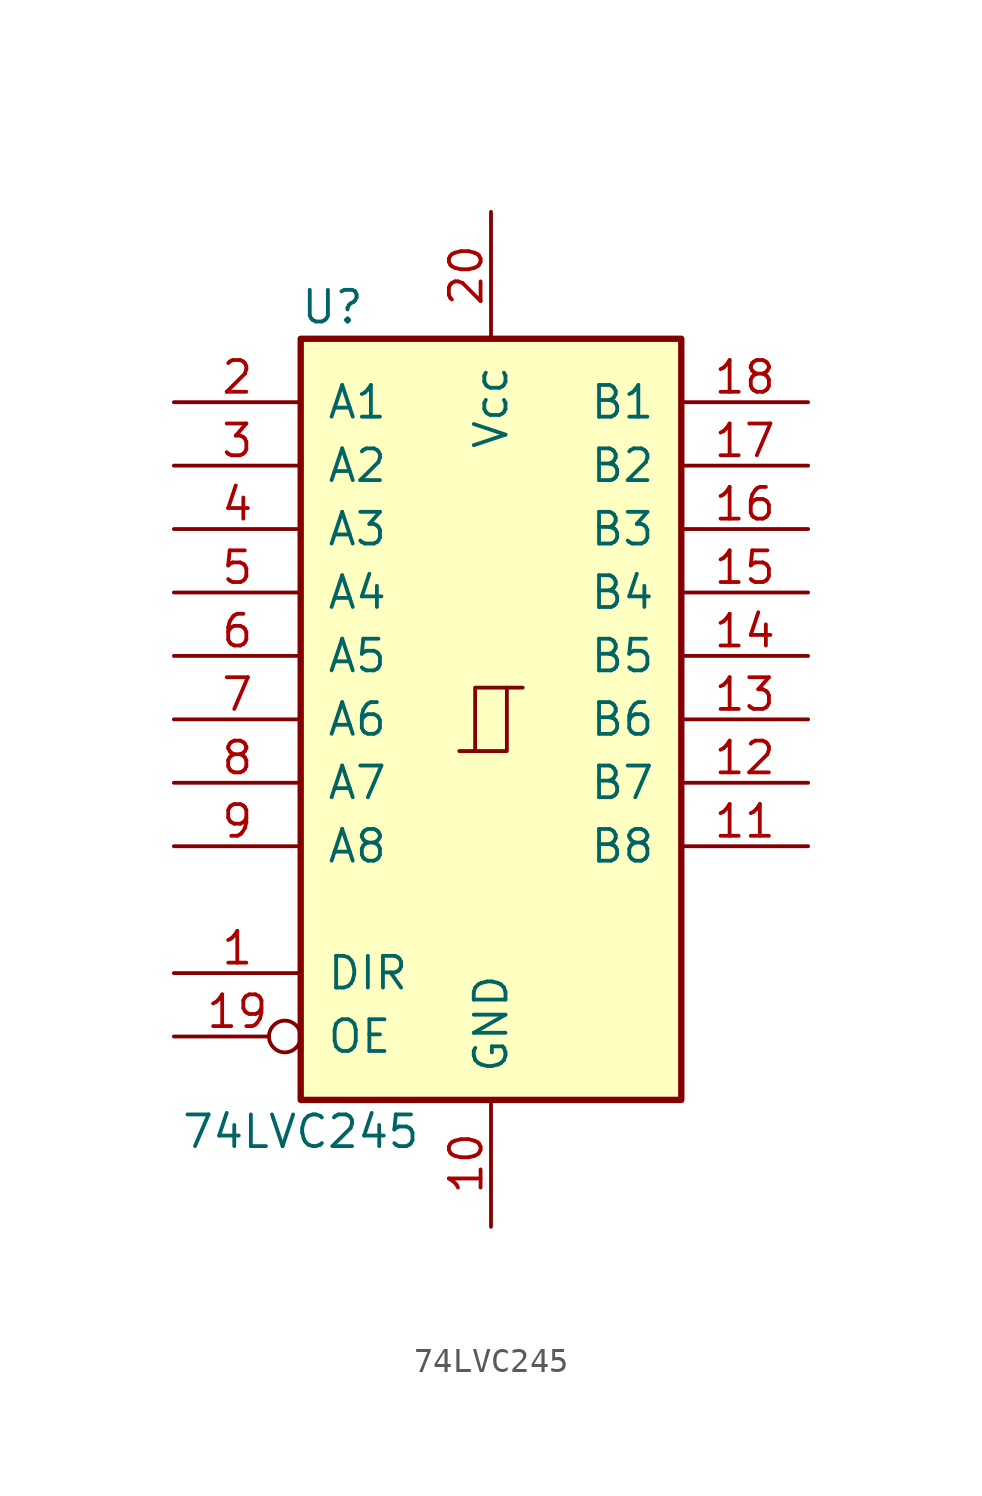
<source format=kicad_sym>
(kicad_symbol_lib
  (version 20220914)
  (generator kicad_symbol_editor)
  (symbol "74LVC245"
    (pin_names
      (offset 1.016))
    (property "Reference" "U"
      (at -6.35 16.51 0)
      (effects (font (size 1.27 1.27))))
    (property "Value" "74LVC245"
      (at -7.62 -16.51 0)
      (effects (font (size 1.27 1.27))))
    (symbol "74LVC245_1_0"
      (polyline (pts (xy -0.635 -1.27) (xy -0.635 1.27) (xy 0.635 1.27)) (stroke (width 0) (type solid)) (fill (type none)))
      (polyline (pts (xy -1.27 -1.27) (xy 0.635 -1.27) (xy 0.635 1.27) (xy 1.27 1.27)) (stroke (width 0) (type solid)) (fill (type none)))
      (pin input line (at -12.7 -10.16 0) (length 5.08) (name "DIR" (effects (font (size 1.27 1.27)))) (number "1" (effects (font (size 1.27 1.27)))))
      (pin power_in line (at 0 -20.32 90) (length 5.08) (name "GND" (effects (font (size 1.27 1.27)))) (number "10" (effects (font (size 1.27 1.27)))))
      (pin tri_state line (at 12.7 -5.08 180) (length 5.08) (name "B8" (effects (font (size 1.27 1.27)))) (number "11" (effects (font (size 1.27 1.27)))))
      (pin tri_state line (at 12.7 -2.54 180) (length 5.08) (name "B7" (effects (font (size 1.27 1.27)))) (number "12" (effects (font (size 1.27 1.27)))))
      (pin tri_state line (at 12.7 0 180) (length 5.08) (name "B6" (effects (font (size 1.27 1.27)))) (number "13" (effects (font (size 1.27 1.27)))))
      (pin tri_state line (at 12.7 2.54 180) (length 5.08) (name "B5" (effects (font (size 1.27 1.27)))) (number "14" (effects (font (size 1.27 1.27)))))
      (pin tri_state line (at 12.7 5.08 180) (length 5.08) (name "B4" (effects (font (size 1.27 1.27)))) (number "15" (effects (font (size 1.27 1.27)))))
      (pin tri_state line (at 12.7 7.62 180) (length 5.08) (name "B3" (effects (font (size 1.27 1.27)))) (number "16" (effects (font (size 1.27 1.27)))))
      (pin tri_state line (at 12.7 10.16 180) (length 5.08) (name "B2" (effects (font (size 1.27 1.27)))) (number "17" (effects (font (size 1.27 1.27)))))
      (pin tri_state line (at 12.7 12.7 180) (length 5.08) (name "B1" (effects (font (size 1.27 1.27)))) (number "18" (effects (font (size 1.27 1.27)))))
      (pin input inverted (at -12.7 -12.7 0) (length 5.08) (name "OE" (effects (font (size 1.27 1.27)))) (number "19" (effects (font (size 1.27 1.27)))))
      (pin tri_state line (at -12.7 12.7 0) (length 5.08) (name "A1" (effects (font (size 1.27 1.27)))) (number "2" (effects (font (size 1.27 1.27)))))
      (pin power_in line (at 0 20.32 270) (length 5.08) (name "Vcc" (effects (font (size 1.27 1.27)))) (number "20" (effects (font (size 1.27 1.27)))))
      (pin tri_state line (at -12.7 10.16 0) (length 5.08) (name "A2" (effects (font (size 1.27 1.27)))) (number "3" (effects (font (size 1.27 1.27)))))
      (pin tri_state line (at -12.7 7.62 0) (length 5.08) (name "A3" (effects (font (size 1.27 1.27)))) (number "4" (effects (font (size 1.27 1.27)))))
      (pin tri_state line (at -12.7 5.08 0) (length 5.08) (name "A4" (effects (font (size 1.27 1.27)))) (number "5" (effects (font (size 1.27 1.27)))))
      (pin tri_state line (at -12.7 2.54 0) (length 5.08) (name "A5" (effects (font (size 1.27 1.27)))) (number "6" (effects (font (size 1.27 1.27)))))
      (pin tri_state line (at -12.7 0 0) (length 5.08) (name "A6" (effects (font (size 1.27 1.27)))) (number "7" (effects (font (size 1.27 1.27)))))
      (pin tri_state line (at -12.7 -2.54 0) (length 5.08) (name "A7" (effects (font (size 1.27 1.27)))) (number "8" (effects (font (size 1.27 1.27)))))
      (pin tri_state line (at -12.7 -5.08 0) (length 5.08) (name "A8" (effects (font (size 1.27 1.27)))) (number "9" (effects (font (size 1.27 1.27))))))
    (symbol "74LVC245_1_1"
      (rectangle (start -7.62 15.24) (end 7.62 -15.24) (stroke (width 0.254) (type solid)) (fill (type background))))))
</source>
